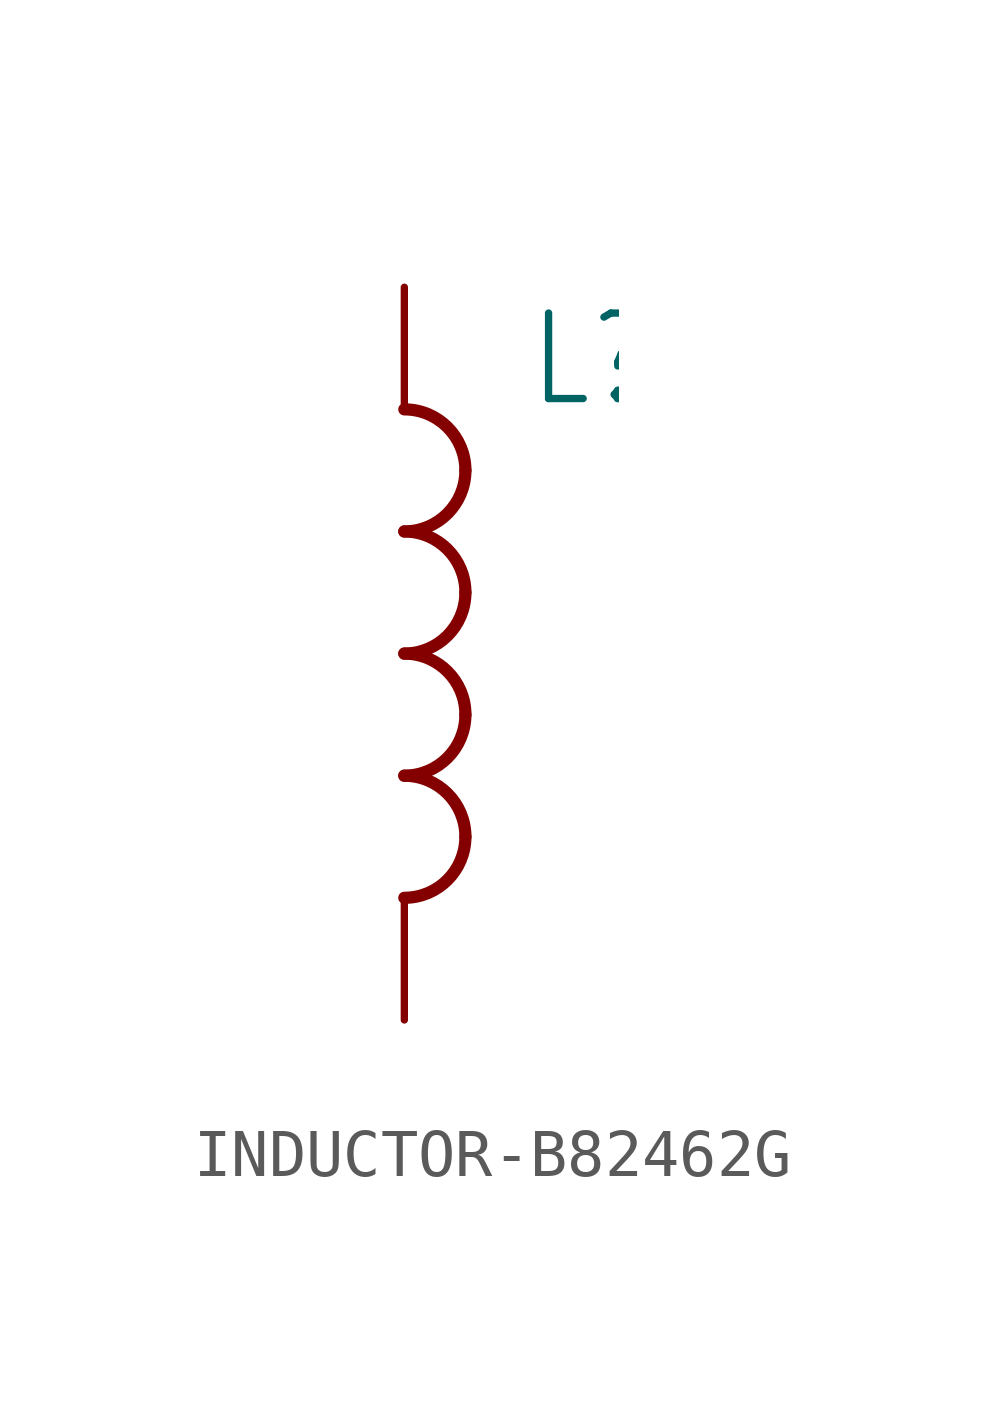
<source format=kicad_sym>
(kicad_symbol_lib
  (version 20220914)
  (generator kicad_symbol_editor)
  (symbol "INDUCTOR-B82462G"
    (property "Reference" "L"
      (at 2.54 5.08 0)
      (effects (font (size 1.778 1.511)) (justify left bottom)))
    (property "Value" ""
      (at 2.54 -5.08 0)
      (effects (font (size 1.778 1.511)) (justify left bottom)))
    (property "ki_locked" ""
      (at 0 0 0)
      (effects (font (size 1.27 1.27))))
    (symbol "INDUCTOR-B82462G_1_0"
      (arc (start 0 -5.08) (mid 0.898 -4.708) (end 1.27 -3.81) (stroke (width 0.254) (type solid)) (fill (type none)))
      (arc (start 0 -2.54) (mid 0.898 -2.168) (end 1.27 -1.27) (stroke (width 0.254) (type solid)) (fill (type none)))
      (arc (start 0 0) (mid 0.898 0.372) (end 1.27 1.27) (stroke (width 0.254) (type solid)) (fill (type none)))
      (arc (start 0 2.54) (mid 0.898 2.912) (end 1.27 3.81) (stroke (width 0.254) (type solid)) (fill (type none)))
      (arc (start 1.27 -3.81) (mid 0.898 -2.912) (end 0 -2.54) (stroke (width 0.254) (type solid)) (fill (type none)))
      (arc (start 1.27 -1.27) (mid 0.898 -0.372) (end 0 0) (stroke (width 0.254) (type solid)) (fill (type none)))
      (arc (start 1.27 1.27) (mid 0.898 2.168) (end 0 2.54) (stroke (width 0.254) (type solid)) (fill (type none)))
      (arc (start 1.27 3.81) (mid 0.898 4.708) (end 0 5.08) (stroke (width 0.254) (type solid)) (fill (type none)))
      (pin passive line (at 0 7.62 270) (length 2.54) (name "1" (effects (font (size 0 0)))) (number "P$1" (effects (font (size 0 0)))))
      (pin passive line (at 0 -7.62 90) (length 2.54) (name "2" (effects (font (size 0 0)))) (number "P$2" (effects (font (size 0 0))))))))
</source>
